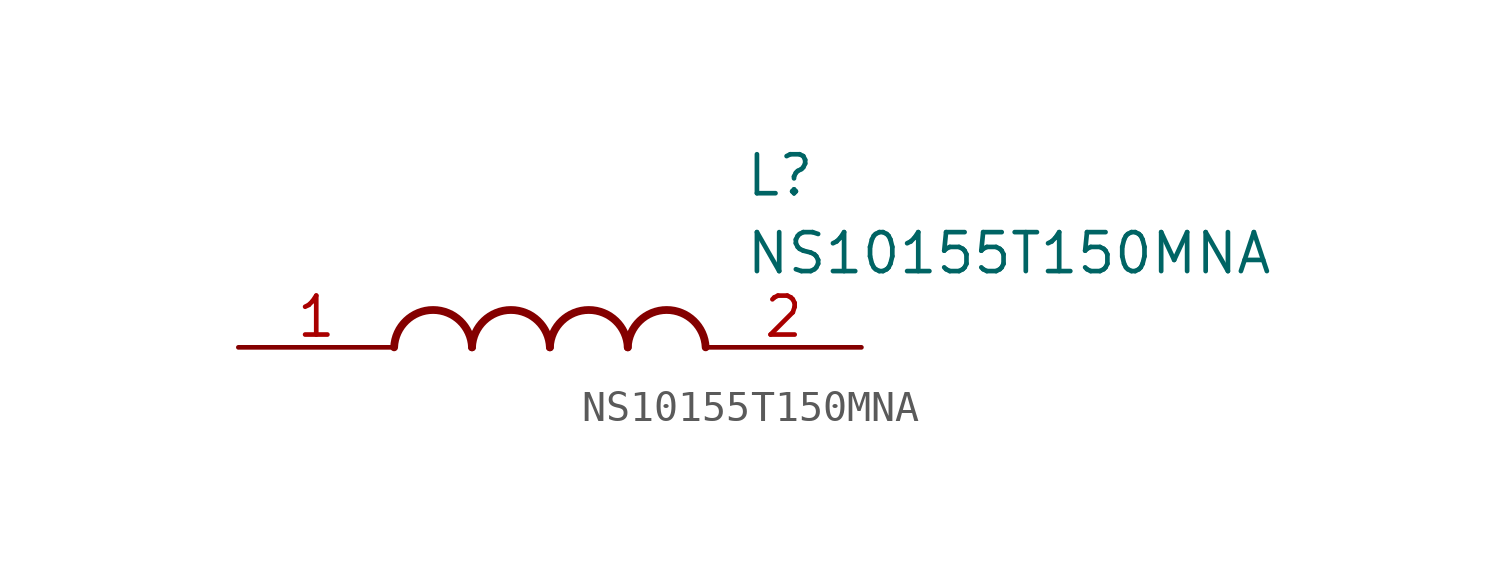
<source format=kicad_sym>
(kicad_symbol_lib
  (version 20211014)
  (generator SamacSys_ECAD_Model)
  (symbol "NS10155T150MNA"
    (pin_names hide)
    (property "Reference" "L"
      (at 16.51 6.35 0)
      (effects (font (size 1.27 1.27)) (justify left top)))
    (property "Value" "NS10155T150MNA"
      (at 16.51 3.81 0)
      (effects (font (size 1.27 1.27)) (justify left top)))
    (arc
      (start 7.62 0)
      (mid 6.35 1.219)
      (end 5.08 0)
      (stroke (width 0.254) (type default))
      (fill (type none)))
    (arc
      (start 10.16 0)
      (mid 8.89 1.219)
      (end 7.62 0)
      (stroke (width 0.254) (type default))
      (fill (type none)))
    (arc
      (start 12.7 0)
      (mid 11.43 1.219)
      (end 10.16 0)
      (stroke (width 0.254) (type default))
      (fill (type none)))
    (arc
      (start 15.24 0)
      (mid 13.97 1.219)
      (end 12.7 0)
      (stroke (width 0.254) (type default))
      (fill (type none)))
    (pin passive line
      (at 0 0 0)
      (length 5.08)
      (name "1" (effects (font (size 1.27 1.27))))
      (number "1" (effects (font (size 1.27 1.27)))))
    (pin passive line
      (at 20.32 0 180)
      (length 5.08)
      (name "2" (effects (font (size 1.27 1.27))))
      (number "2" (effects (font (size 1.27 1.27)))))))
</source>
